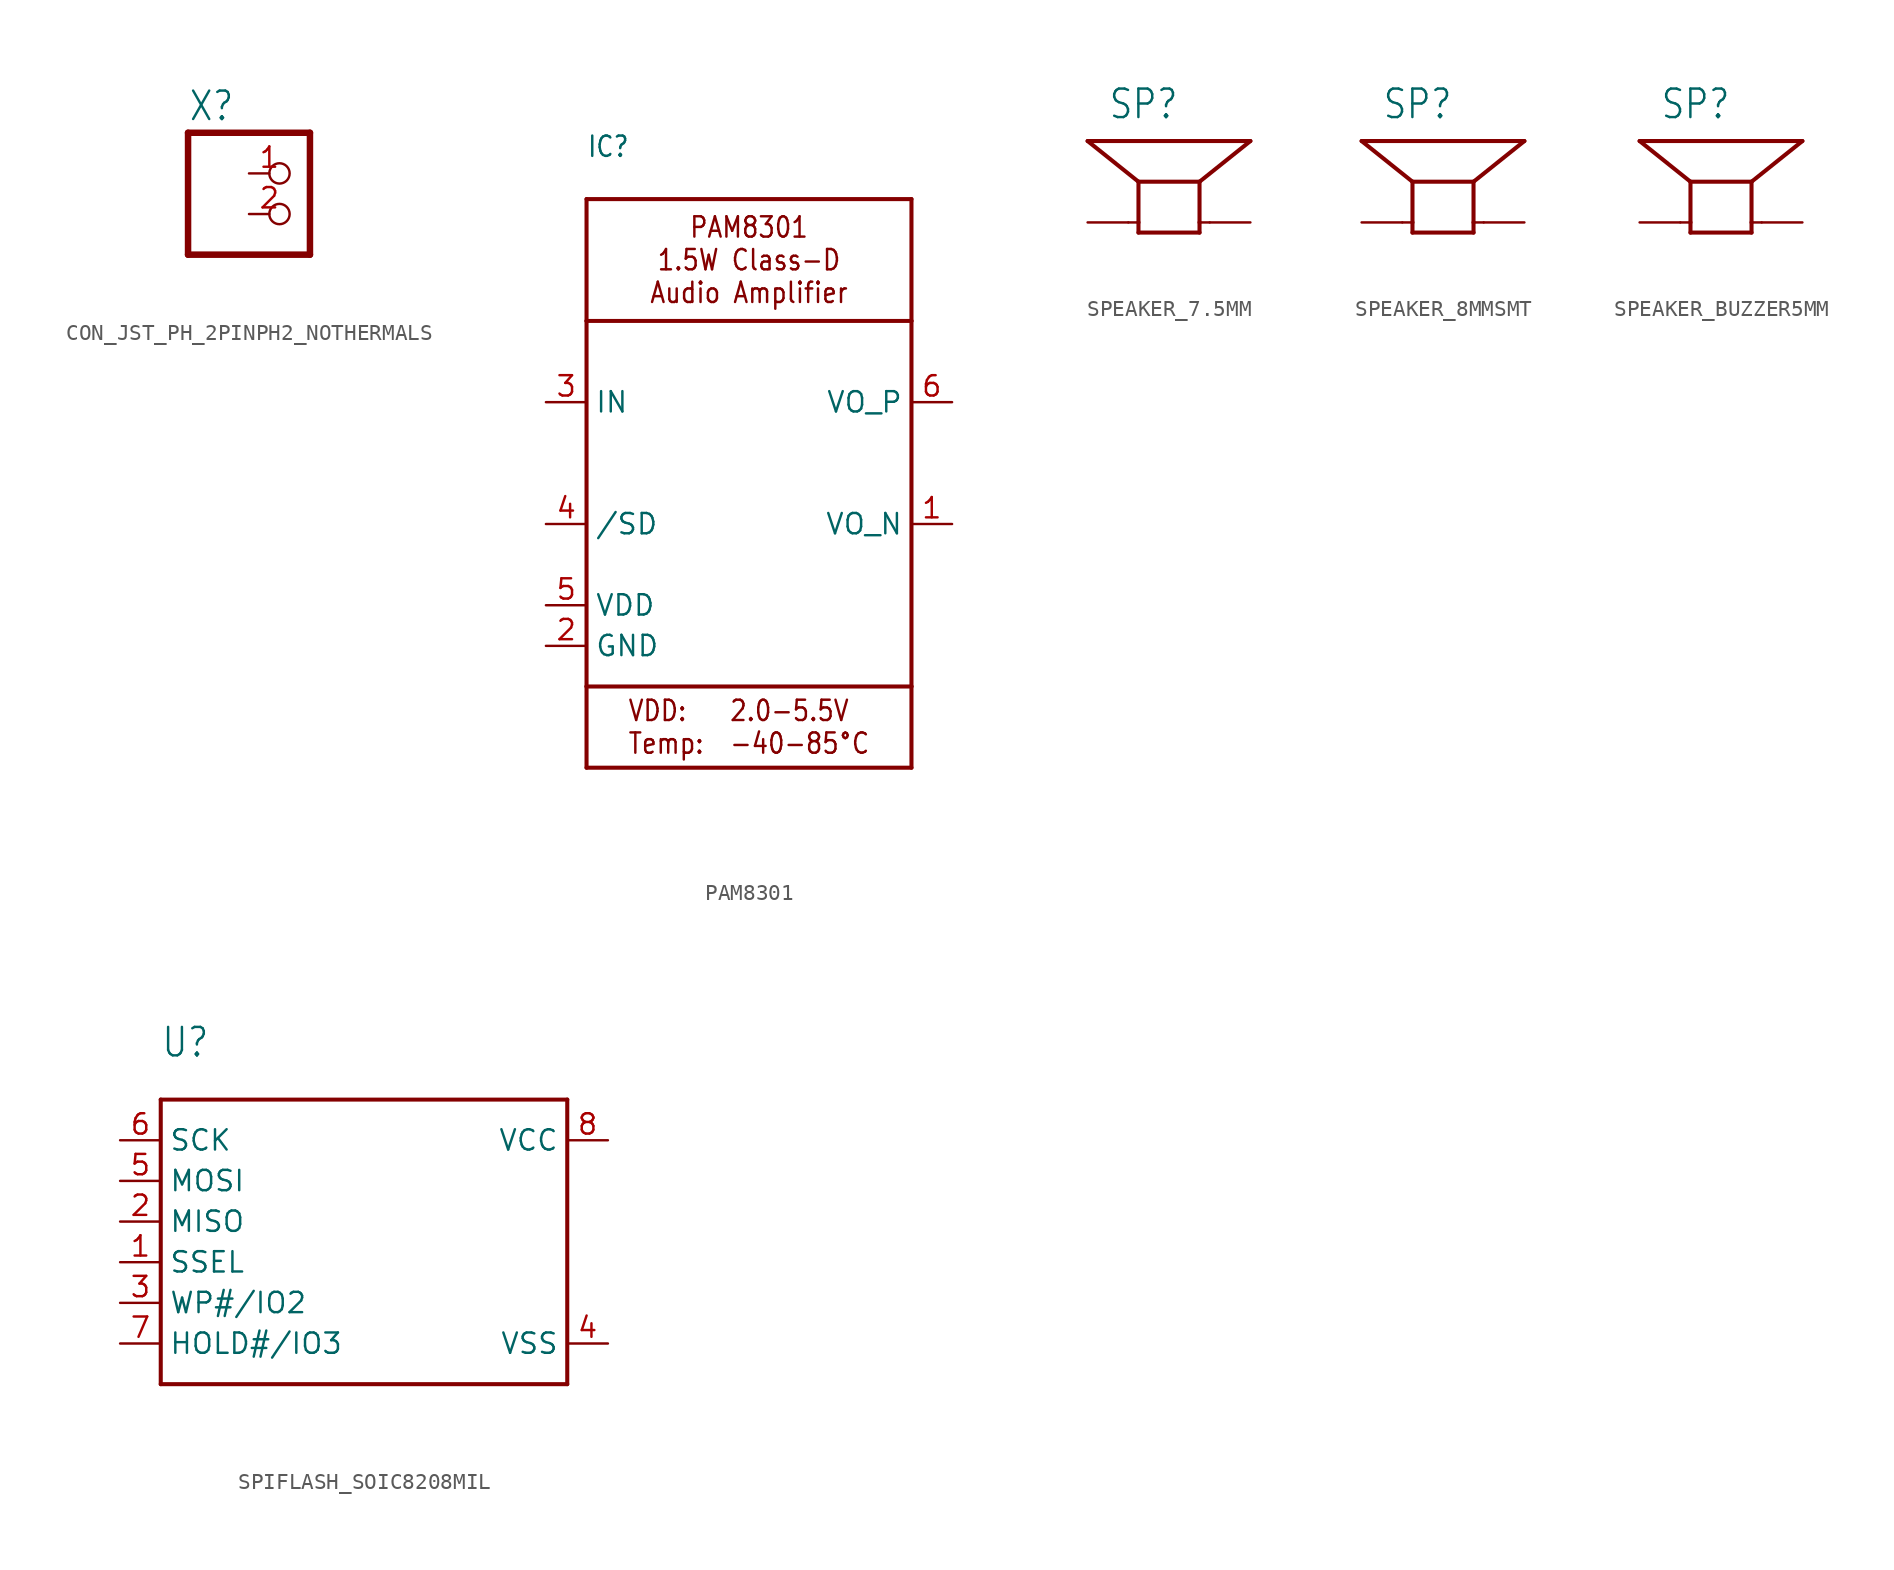
<source format=kicad_sym>
(kicad_symbol_lib
  (version 20220914)
  (generator kicad_symbol_editor)
  (symbol "CON_JST_PH_2PINPH2_NOTHERMALS"
    (property "Reference" "X"
      (at -6.35 5.715 0)
      (effects (font (size 1.778 1.511)) (justify left bottom)))
    (property "Value" ""
      (at -6.35 -5.08 0)
      (effects (font (size 1.778 1.511)) (justify left bottom)))
    (property "ki_locked" ""
      (at 0 0 0)
      (effects (font (size 1.27 1.27))))
    (symbol "CON_JST_PH_2PINPH2_NOTHERMALS_1_0"
      (polyline (pts (xy -6.35 -2.54) (xy 1.27 -2.54)) (stroke (width 0.406) (type solid)) (fill (type none)))
      (polyline (pts (xy -6.35 5.08) (xy -6.35 -2.54)) (stroke (width 0.406) (type solid)) (fill (type none)))
      (polyline (pts (xy 1.27 -2.54) (xy 1.27 5.08)) (stroke (width 0.406) (type solid)) (fill (type none)))
      (polyline (pts (xy 1.27 5.08) (xy -6.35 5.08)) (stroke (width 0.406) (type solid)) (fill (type none)))
      (pin passive inverted (at -2.54 2.54 0) (length 2.54) (name "1" (effects (font (size 0 0)))) (number "1" (effects (font (size 1.27 1.27)))))
      (pin passive inverted (at -2.54 0 0) (length 2.54) (name "2" (effects (font (size 0 0)))) (number "2" (effects (font (size 1.27 1.27)))))))
  (symbol "PAM8301"
    (property "Reference" "IC"
      (at -10.16 17.78 0)
      (effects (font (size 1.27 1.079)) (justify left bottom)))
    (property "Value" ""
      (at -10.16 -22.86 0)
      (effects (font (size 1.27 1.079)) (justify left bottom)))
    (property "ki_locked" ""
      (at 0 0 0)
      (effects (font (size 1.27 1.27))))
    (symbol "PAM8301_1_0"
      (polyline (pts (xy -10.16 -20.32) (xy 10.16 -20.32)) (stroke (width 0.254) (type solid)) (fill (type none)))
      (polyline (pts (xy -10.16 -15.24) (xy -10.16 -20.32)) (stroke (width 0.254) (type solid)) (fill (type none)))
      (polyline (pts (xy -10.16 -15.24) (xy -10.16 7.62)) (stroke (width 0.254) (type solid)) (fill (type none)))
      (polyline (pts (xy -10.16 7.62) (xy -10.16 15.24)) (stroke (width 0.254) (type solid)) (fill (type none)))
      (polyline (pts (xy -10.16 7.62) (xy 10.16 7.62)) (stroke (width 0.254) (type solid)) (fill (type none)))
      (polyline (pts (xy -10.16 15.24) (xy 10.16 15.24)) (stroke (width 0.254) (type solid)) (fill (type none)))
      (polyline (pts (xy 10.16 -20.32) (xy 10.16 -15.24)) (stroke (width 0.254) (type solid)) (fill (type none)))
      (polyline (pts (xy 10.16 -15.24) (xy -10.16 -15.24)) (stroke (width 0.254) (type solid)) (fill (type none)))
      (polyline (pts (xy 10.16 7.62) (xy 10.16 -15.24)) (stroke (width 0.254) (type solid)) (fill (type none)))
      (polyline (pts (xy 10.16 15.24) (xy 10.16 7.62)) (stroke (width 0.254) (type solid)) (fill (type none)))
      (text "2.0-5.5V\n-40-85°C" (at -1.27 -17.78 0) (effects (font (size 1.27 1.079)) (justify left)))
      (text "PAM8301\n1.5W Class-D\nAudio Amplifier" (at 0 11.43 0) (effects (font (size 1.27 1.079))))
      (text "VDD:\nTemp:" (at -7.62 -17.78 0) (effects (font (size 1.27 1.079)) (justify left)))
      (pin output line (at 12.7 -5.08 180) (length 2.54) (name "VO_N" (effects (font (size 1.27 1.27)))) (number "1" (effects (font (size 1.27 1.27)))))
      (pin power_in line (at -12.7 -12.7 0) (length 2.54) (name "GND" (effects (font (size 1.27 1.27)))) (number "2" (effects (font (size 1.27 1.27)))))
      (pin input line (at -12.7 2.54 0) (length 2.54) (name "IN" (effects (font (size 1.27 1.27)))) (number "3" (effects (font (size 1.27 1.27)))))
      (pin input line (at -12.7 -5.08 0) (length 2.54) (name "/SD" (effects (font (size 1.27 1.27)))) (number "4" (effects (font (size 1.27 1.27)))))
      (pin power_in line (at -12.7 -10.16 0) (length 2.54) (name "VDD" (effects (font (size 1.27 1.27)))) (number "5" (effects (font (size 1.27 1.27)))))
      (pin output line (at 12.7 2.54 180) (length 2.54) (name "VO_P" (effects (font (size 1.27 1.27)))) (number "6" (effects (font (size 1.27 1.27)))))))
  (symbol "SPEAKER_7.5MM"
    (property "Reference" "SP"
      (at -3.81 6.35 0)
      (effects (font (size 1.778 1.511)) (justify left bottom)))
    (property "Value" ""
      (at -3.81 -3.175 0)
      (effects (font (size 1.778 1.511)) (justify left bottom)))
    (property "ki_locked" ""
      (at 0 0 0)
      (effects (font (size 1.27 1.27))))
    (symbol "SPEAKER_7.5MM_1_0"
      (polyline (pts (xy -2.54 0) (xy -1.905 0)) (stroke (width 0.152) (type solid)) (fill (type none)))
      (polyline (pts (xy -1.905 -0.635) (xy -1.905 0)) (stroke (width 0.254) (type solid)) (fill (type none)))
      (polyline (pts (xy -1.905 -0.635) (xy 1.905 -0.635)) (stroke (width 0.254) (type solid)) (fill (type none)))
      (polyline (pts (xy -1.905 0) (xy -1.905 2.54)) (stroke (width 0.254) (type solid)) (fill (type none)))
      (polyline (pts (xy -1.905 2.54) (xy -5.08 5.08)) (stroke (width 0.254) (type solid)) (fill (type none)))
      (polyline (pts (xy 1.905 -0.635) (xy 1.905 0)) (stroke (width 0.254) (type solid)) (fill (type none)))
      (polyline (pts (xy 1.905 0) (xy 1.905 2.54)) (stroke (width 0.254) (type solid)) (fill (type none)))
      (polyline (pts (xy 1.905 2.54) (xy -1.905 2.54)) (stroke (width 0.254) (type solid)) (fill (type none)))
      (polyline (pts (xy 1.905 2.54) (xy 5.08 5.08)) (stroke (width 0.254) (type solid)) (fill (type none)))
      (polyline (pts (xy 2.54 0) (xy 1.905 0)) (stroke (width 0.152) (type solid)) (fill (type none)))
      (polyline (pts (xy 5.08 5.08) (xy -5.08 5.08)) (stroke (width 0.254) (type solid)) (fill (type none)))
      (pin passive line (at -5.08 0 0) (length 2.54) (name "+" (effects (font (size 0 0)))) (number "+" (effects (font (size 0 0)))))
      (pin passive line (at 5.08 0 180) (length 2.54) (name "-" (effects (font (size 0 0)))) (number "-" (effects (font (size 0 0)))))))
  (symbol "SPEAKER_8MMSMT"
    (property "Reference" "SP"
      (at -3.81 6.35 0)
      (effects (font (size 1.778 1.511)) (justify left bottom)))
    (property "Value" ""
      (at -3.81 -3.175 0)
      (effects (font (size 1.778 1.511)) (justify left bottom)))
    (property "ki_locked" ""
      (at 0 0 0)
      (effects (font (size 1.27 1.27))))
    (symbol "SPEAKER_8MMSMT_1_0"
      (polyline (pts (xy -2.54 0) (xy -1.905 0)) (stroke (width 0.152) (type solid)) (fill (type none)))
      (polyline (pts (xy -1.905 -0.635) (xy -1.905 0)) (stroke (width 0.254) (type solid)) (fill (type none)))
      (polyline (pts (xy -1.905 -0.635) (xy 1.905 -0.635)) (stroke (width 0.254) (type solid)) (fill (type none)))
      (polyline (pts (xy -1.905 0) (xy -1.905 2.54)) (stroke (width 0.254) (type solid)) (fill (type none)))
      (polyline (pts (xy -1.905 2.54) (xy -5.08 5.08)) (stroke (width 0.254) (type solid)) (fill (type none)))
      (polyline (pts (xy 1.905 -0.635) (xy 1.905 0)) (stroke (width 0.254) (type solid)) (fill (type none)))
      (polyline (pts (xy 1.905 0) (xy 1.905 2.54)) (stroke (width 0.254) (type solid)) (fill (type none)))
      (polyline (pts (xy 1.905 2.54) (xy -1.905 2.54)) (stroke (width 0.254) (type solid)) (fill (type none)))
      (polyline (pts (xy 1.905 2.54) (xy 5.08 5.08)) (stroke (width 0.254) (type solid)) (fill (type none)))
      (polyline (pts (xy 2.54 0) (xy 1.905 0)) (stroke (width 0.152) (type solid)) (fill (type none)))
      (polyline (pts (xy 5.08 5.08) (xy -5.08 5.08)) (stroke (width 0.254) (type solid)) (fill (type none)))
      (pin passive line (at -5.08 0 0) (length 2.54) (name "+" (effects (font (size 0 0)))) (number "+" (effects (font (size 0 0)))))
      (pin passive line (at 5.08 0 180) (length 2.54) (name "-" (effects (font (size 0 0)))) (number "-" (effects (font (size 0 0)))))))
  (symbol "SPEAKER_BUZZER5MM"
    (property "Reference" "SP"
      (at -3.81 6.35 0)
      (effects (font (size 1.778 1.511)) (justify left bottom)))
    (property "Value" ""
      (at -3.81 -3.175 0)
      (effects (font (size 1.778 1.511)) (justify left bottom)))
    (property "ki_locked" ""
      (at 0 0 0)
      (effects (font (size 1.27 1.27))))
    (symbol "SPEAKER_BUZZER5MM_1_0"
      (polyline (pts (xy -2.54 0) (xy -1.905 0)) (stroke (width 0.152) (type solid)) (fill (type none)))
      (polyline (pts (xy -1.905 -0.635) (xy -1.905 0)) (stroke (width 0.254) (type solid)) (fill (type none)))
      (polyline (pts (xy -1.905 -0.635) (xy 1.905 -0.635)) (stroke (width 0.254) (type solid)) (fill (type none)))
      (polyline (pts (xy -1.905 0) (xy -1.905 2.54)) (stroke (width 0.254) (type solid)) (fill (type none)))
      (polyline (pts (xy -1.905 2.54) (xy -5.08 5.08)) (stroke (width 0.254) (type solid)) (fill (type none)))
      (polyline (pts (xy 1.905 -0.635) (xy 1.905 0)) (stroke (width 0.254) (type solid)) (fill (type none)))
      (polyline (pts (xy 1.905 0) (xy 1.905 2.54)) (stroke (width 0.254) (type solid)) (fill (type none)))
      (polyline (pts (xy 1.905 2.54) (xy -1.905 2.54)) (stroke (width 0.254) (type solid)) (fill (type none)))
      (polyline (pts (xy 1.905 2.54) (xy 5.08 5.08)) (stroke (width 0.254) (type solid)) (fill (type none)))
      (polyline (pts (xy 2.54 0) (xy 1.905 0)) (stroke (width 0.152) (type solid)) (fill (type none)))
      (polyline (pts (xy 5.08 5.08) (xy -5.08 5.08)) (stroke (width 0.254) (type solid)) (fill (type none)))
      (pin passive line (at -5.08 0 0) (length 2.54) (name "+" (effects (font (size 0 0)))) (number "+" (effects (font (size 0 0)))))
      (pin passive line (at 5.08 0 180) (length 2.54) (name "-" (effects (font (size 0 0)))) (number "-" (effects (font (size 0 0)))))))
  (symbol "SPIFLASH_SOIC8208MIL"
    (property "Reference" "U"
      (at -12.7 12.7 0)
      (effects (font (size 1.778 1.511)) (justify left bottom)))
    (property "Value" ""
      (at -12.7 -10.16 0)
      (effects (font (size 1.778 1.511)) (justify left bottom)))
    (property "ki_locked" ""
      (at 0 0 0)
      (effects (font (size 1.27 1.27))))
    (symbol "SPIFLASH_SOIC8208MIL_1_0"
      (polyline (pts (xy -12.7 -7.62) (xy -12.7 10.16)) (stroke (width 0.254) (type solid)) (fill (type none)))
      (polyline (pts (xy -12.7 10.16) (xy 12.7 10.16)) (stroke (width 0.254) (type solid)) (fill (type none)))
      (polyline (pts (xy 12.7 -7.62) (xy -12.7 -7.62)) (stroke (width 0.254) (type solid)) (fill (type none)))
      (polyline (pts (xy 12.7 10.16) (xy 12.7 -7.62)) (stroke (width 0.254) (type solid)) (fill (type none)))
      (pin bidirectional line (at -15.24 0 0) (length 2.54) (name "SSEL" (effects (font (size 1.27 1.27)))) (number "1" (effects (font (size 1.27 1.27)))))
      (pin bidirectional line (at -15.24 2.54 0) (length 2.54) (name "MISO" (effects (font (size 1.27 1.27)))) (number "2" (effects (font (size 1.27 1.27)))))
      (pin bidirectional line (at -15.24 -2.54 0) (length 2.54) (name "WP#/IO2" (effects (font (size 1.27 1.27)))) (number "3" (effects (font (size 1.27 1.27)))))
      (pin bidirectional line (at 15.24 -5.08 180) (length 2.54) (name "VSS" (effects (font (size 1.27 1.27)))) (number "4" (effects (font (size 1.27 1.27)))))
      (pin bidirectional line (at -15.24 5.08 0) (length 2.54) (name "MOSI" (effects (font (size 1.27 1.27)))) (number "5" (effects (font (size 1.27 1.27)))))
      (pin bidirectional line (at -15.24 7.62 0) (length 2.54) (name "SCK" (effects (font (size 1.27 1.27)))) (number "6" (effects (font (size 1.27 1.27)))))
      (pin bidirectional line (at -15.24 -5.08 0) (length 2.54) (name "HOLD#/IO3" (effects (font (size 1.27 1.27)))) (number "7" (effects (font (size 1.27 1.27)))))
      (pin bidirectional line (at 15.24 7.62 180) (length 2.54) (name "VCC" (effects (font (size 1.27 1.27)))) (number "8" (effects (font (size 1.27 1.27))))))))
</source>
